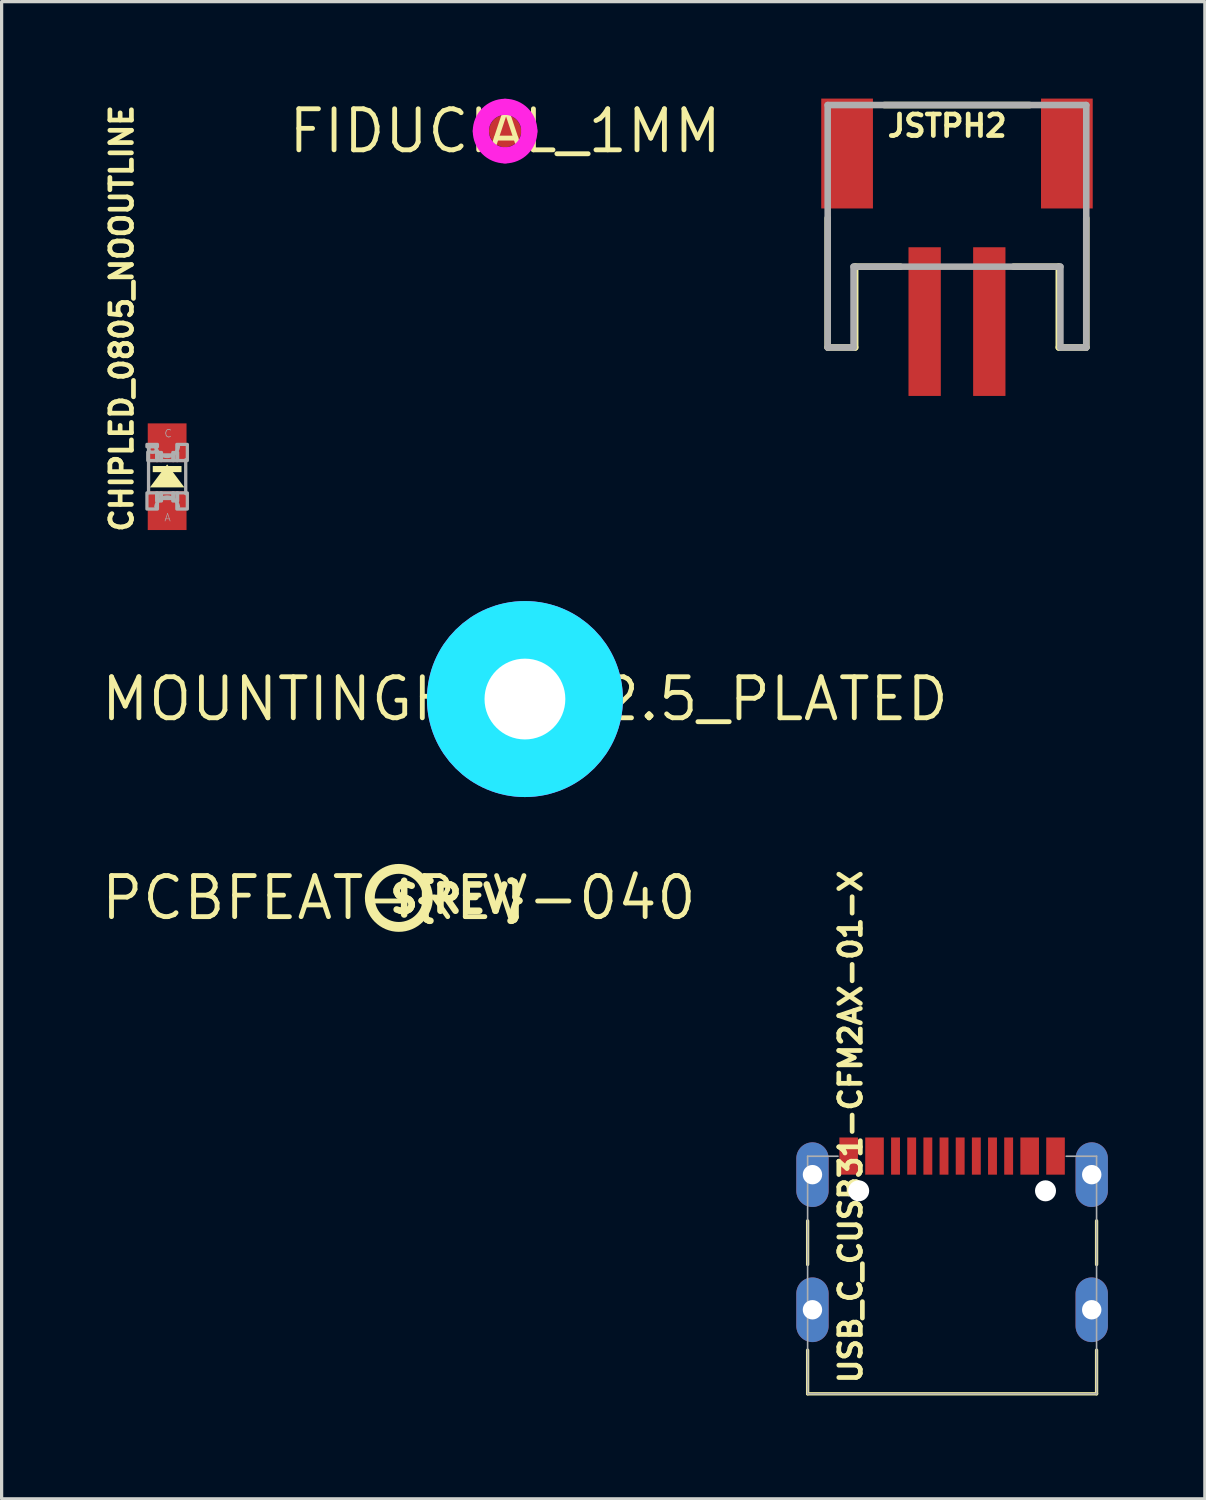
<source format=kicad_pcb>
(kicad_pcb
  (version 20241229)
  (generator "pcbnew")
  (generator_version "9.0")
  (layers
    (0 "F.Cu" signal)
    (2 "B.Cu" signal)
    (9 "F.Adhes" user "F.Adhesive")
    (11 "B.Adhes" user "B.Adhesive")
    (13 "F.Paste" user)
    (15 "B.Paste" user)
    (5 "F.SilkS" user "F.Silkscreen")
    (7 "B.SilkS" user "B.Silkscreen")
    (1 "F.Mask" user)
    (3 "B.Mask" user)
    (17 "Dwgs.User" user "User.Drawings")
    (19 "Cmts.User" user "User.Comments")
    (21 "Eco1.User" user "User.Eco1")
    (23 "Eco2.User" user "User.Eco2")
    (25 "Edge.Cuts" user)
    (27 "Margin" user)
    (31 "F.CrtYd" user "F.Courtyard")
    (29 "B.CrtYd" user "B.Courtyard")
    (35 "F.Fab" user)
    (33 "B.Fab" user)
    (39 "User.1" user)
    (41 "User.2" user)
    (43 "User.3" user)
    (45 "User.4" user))
  (footprint "PCBFEAT-REV-040"
    (layer "F.Cu")
    (at 9.29 24.73)
    (property "Reference" "PCBFEAT-REV-040" (at 0 0 0) (unlocked yes) (layer "F.SilkS") (effects (font (size 1.27 1.27) (thickness 0.15))))
    (fp_circle (center 0 0) (end 0.898 0) (stroke (width 0.305) (type solid)) (fill no) (layer "F.SilkS"))
    (fp_text user "${REV}" (at -0.356 0.508 0) (layer "F.SilkS") (effects (font (size 0.813 0.813) (thickness 0.203)) (justify left bottom))))
  (footprint "MOUNTINGHOLE_2.5_PLATED"
    (layer "F.Cu")
    (at 13.191 18.578)
    (property "Reference" "MOUNTINGHOLE_2.5_PLATED" (at 0 0 0) (unlocked yes) (layer "F.SilkS") (effects (font (size 1.27 1.27) (thickness 0.15))))
    (fp_circle (center 0 0) (end 2 0) (stroke (width 0.203) (type solid)) (fill no) (layer "F.SilkS"))
    (fp_circle (center 0 0) (end 1 0) (stroke (width 2.032) (type solid)) (fill no) (layer "B.CrtYd"))
    (fp_circle (center 0 0) (end 1 0) (stroke (width 2.032) (type solid)) (fill no) (layer "F.CrtYd"))
    (pad "P$1" thru_hole circle (at 0 0) (size 3.2 3.2) (drill 2.5) (layers "*.Cu" "*.Mask"))
    (zone (net_name "") (layer "F.Cu") (hatch edge 0.5) (connect_pads) (min_thickness 0.25) (filled_areas_thickness no) (keepout (tracks not_allowed) (vias not_allowed) (pads not_allowed) (copperpour not_allowed) (footprints allowed)) (placement (enabled no)) (fill) (polygon (pts (xy 15.207 18.578) (xy 15.187 18.298) (xy 15.129 18.023) (xy 15.033 17.758) (xy 14.901 17.51) (xy 14.735 17.283) (xy 14.54 17.08) (xy 14.318 16.907) (xy 14.075 16.766) (xy 13.814 16.661) (xy 13.541 16.593) (xy 13.261 16.564) (xy 12.98 16.573) (xy 12.703 16.622) (xy 12.436 16.709) (xy 12.183 16.833) (xy 11.95 16.99) (xy 11.741 17.178) (xy 11.56 17.393) (xy 11.411 17.632) (xy 11.297 17.889) (xy 11.219 18.159) (xy 11.18 18.438) (xy 11.18 18.719) (xy 11.219 18.998) (xy 11.297 19.268) (xy 11.411 19.525) (xy 11.56 19.763) (xy 11.741 19.979) (xy 11.95 20.167) (xy 12.183 20.324) (xy 12.436 20.448) (xy 12.703 20.535) (xy 12.98 20.583) (xy 13.261 20.593) (xy 13.541 20.564) (xy 13.814 20.496) (xy 14.075 20.39) (xy 14.318 20.25) (xy 14.54 20.077) (xy 14.735 19.874) (xy 14.901 19.647) (xy 15.033 19.398) (xy 15.129 19.134) (xy 15.187 18.859))) (polygon (pts (xy 13.175 18.578) (xy 13.18 18.59) (xy 13.191 18.594) (xy 13.202 18.59) (xy 13.207 18.578) (xy 13.202 18.567) (xy 13.191 18.562) (xy 13.18 18.567))))
    (zone (net_name "") (layer "B.Cu") (hatch edge 0.5) (connect_pads) (min_thickness 0.25) (filled_areas_thickness no) (keepout (tracks not_allowed) (vias not_allowed) (pads not_allowed) (copperpour not_allowed) (footprints allowed)) (placement (enabled no)) (fill) (polygon (pts (xy 15.207 18.578) (xy 15.187 18.298) (xy 15.129 18.023) (xy 15.033 17.758) (xy 14.901 17.51) (xy 14.735 17.283) (xy 14.54 17.08) (xy 14.318 16.907) (xy 14.075 16.766) (xy 13.814 16.661) (xy 13.541 16.593) (xy 13.261 16.564) (xy 12.98 16.573) (xy 12.703 16.622) (xy 12.436 16.709) (xy 12.183 16.833) (xy 11.95 16.99) (xy 11.741 17.178) (xy 11.56 17.393) (xy 11.411 17.632) (xy 11.297 17.889) (xy 11.219 18.159) (xy 11.18 18.438) (xy 11.18 18.719) (xy 11.219 18.998) (xy 11.297 19.268) (xy 11.411 19.525) (xy 11.56 19.763) (xy 11.741 19.979) (xy 11.95 20.167) (xy 12.183 20.324) (xy 12.436 20.448) (xy 12.703 20.535) (xy 12.98 20.583) (xy 13.261 20.593) (xy 13.541 20.564) (xy 13.814 20.496) (xy 14.075 20.39) (xy 14.318 20.25) (xy 14.54 20.077) (xy 14.735 19.874) (xy 14.901 19.647) (xy 15.033 19.398) (xy 15.129 19.134) (xy 15.187 18.859))) (polygon (pts (xy 13.175 18.578) (xy 13.18 18.59) (xy 13.191 18.594) (xy 13.202 18.59) (xy 13.207 18.578) (xy 13.202 18.567) (xy 13.191 18.562) (xy 13.18 18.567)))))
  (footprint "JSTPH2"
    (layer "F.Cu")
    (at 26.558 3.2)
    (property "Reference" "JSTPH2" (at -2.223 -1.968 0) (unlocked yes) (layer "F.SilkS") (effects (font (size 0.666 0.666) (thickness 0.146)) (justify left bottom)))
    (fp_line (start -4 4.5) (end -4 0.5) (stroke (width 0.203) (type solid)) (layer "F.SilkS"))
    (fp_line (start -3.15 2) (end -3.15 4.5) (stroke (width 0.203) (type solid)) (layer "F.SilkS"))
    (fp_line (start -3.15 4.5) (end -4 4.5) (stroke (width 0.203) (type solid)) (layer "F.SilkS"))
    (fp_line (start -2.25 -3) (end 2.25 -3) (stroke (width 0.203) (type solid)) (layer "F.SilkS"))
    (fp_line (start -1.75 2) (end -3.15 2) (stroke (width 0.203) (type solid)) (layer "F.SilkS"))
    (fp_line (start 3.15 2) (end 1.75 2) (stroke (width 0.203) (type solid)) (layer "F.SilkS"))
    (fp_line (start 3.15 4.5) (end 3.15 2) (stroke (width 0.203) (type solid)) (layer "F.SilkS"))
    (fp_line (start 4 0.5) (end 4 4.5) (stroke (width 0.203) (type solid)) (layer "F.SilkS"))
    (fp_line (start 4 4.5) (end 3.15 4.5) (stroke (width 0.203) (type solid)) (layer "F.SilkS"))
    (fp_line (start -4 -3) (end 4 -3) (stroke (width 0.203) (type solid)) (layer "F.Fab"))
    (fp_line (start -4 4.5) (end -4 -3) (stroke (width 0.203) (type solid)) (layer "F.Fab"))
    (fp_line (start -3.2 2) (end -3.2 4.5) (stroke (width 0.203) (type solid)) (layer "F.Fab"))
    (fp_line (start -3.2 4.5) (end -4 4.5) (stroke (width 0.203) (type solid)) (layer "F.Fab"))
    (fp_line (start 3.2 2) (end -3.2 2) (stroke (width 0.203) (type solid)) (layer "F.Fab"))
    (fp_line (start 3.2 4.5) (end 3.2 2) (stroke (width 0.203) (type solid)) (layer "F.Fab"))
    (fp_line (start 4 -3) (end 4 4.5) (stroke (width 0.203) (type solid)) (layer "F.Fab"))
    (fp_line (start 4 4.5) (end 3.2 4.5) (stroke (width 0.203) (type solid)) (layer "F.Fab"))
    (pad "1" smd rect (at -1 3.7) (size 1 4.6) (layers "F.Cu" "F.Mask" "F.Paste"))
    (pad "2" smd rect (at 1 3.7) (size 1 4.6) (layers "F.Cu" "F.Mask" "F.Paste"))
    (pad "NC1" smd rect (at -3.4 -1.5 90) (size 3.4 1.6) (layers "F.Cu" "F.Mask" "F.Paste"))
    (pad "NC2" smd rect (at 3.4 -1.5 90) (size 3.4 1.6) (layers "F.Cu" "F.Mask" "F.Paste")))
  (footprint "USB_C_CUSB31-CFM2AX-01-X"
    (layer "F.Cu")
    (at 26.407 40.073)
    (property "Reference" "USB_C_CUSB31-CFM2AX-01-X" (at -2.75 -0.25 90) (unlocked yes) (layer "F.SilkS") (effects (font (size 0.666 0.666) (thickness 0.146)) (justify left bottom)))
    (fp_line (start -4.47 -4) (end -4.47 -5.35) (stroke (width 0.102) (type solid)) (layer "F.SilkS"))
    (fp_line (start -4.47 0) (end -4.47 -1.35) (stroke (width 0.102) (type solid)) (layer "F.SilkS"))
    (fp_line (start 4.47 -5.35) (end 4.47 -4) (stroke (width 0.102) (type solid)) (layer "F.SilkS"))
    (fp_line (start 4.47 -1.35) (end 4.47 0) (stroke (width 0.102) (type solid)) (layer "F.SilkS"))
    (fp_line (start 4.47 0) (end -4.47 0) (stroke (width 0.102) (type solid)) (layer "F.SilkS"))
    (fp_poly (pts (xy -4.169 -7.749) (xy -4.034 -7.68) (xy -3.928 -7.573) (xy -3.835 -7.29) (xy -3.835 -6.274) (xy -3.859 -6.125) (xy -3.928 -5.99) (xy -4.034 -5.883) (xy -4.318 -5.791) (xy -4.449 -5.809) (xy -4.572 -5.859) (xy -4.677 -5.94) (xy -4.758 -6.045) (xy -4.826 -6.299) (xy -4.826 -7.264) (xy -4.809 -7.396) (xy -4.758 -7.518) (xy -4.677 -7.624) (xy -4.572 -7.704) (xy -4.318 -7.772)) (stroke (width 0) (type default)) (fill yes) (layer "F.Paste"))
    (fp_poly (pts (xy -4.156 -3.57) (xy -4.022 -3.502) (xy -3.915 -3.395) (xy -3.823 -3.111) (xy -3.823 -2.095) (xy -3.846 -1.946) (xy -3.915 -1.812) (xy -4.022 -1.705) (xy -4.305 -1.613) (xy -4.437 -1.63) (xy -4.559 -1.681) (xy -4.665 -1.762) (xy -4.745 -1.867) (xy -4.813 -2.121) (xy -4.813 -3.086) (xy -4.796 -3.218) (xy -4.745 -3.34) (xy -4.665 -3.445) (xy -4.559 -3.526) (xy -4.305 -3.594)) (stroke (width 0) (type default)) (fill yes) (layer "F.Paste"))
    (fp_poly (pts (xy 4.48 -7.761) (xy 4.614 -7.693) (xy 4.721 -7.586) (xy 4.813 -7.303) (xy 4.813 -6.287) (xy 4.79 -6.137) (xy 4.721 -6.003) (xy 4.614 -5.896) (xy 4.331 -5.804) (xy 4.199 -5.821) (xy 4.077 -5.872) (xy 3.971 -5.953) (xy 3.891 -6.058) (xy 3.823 -6.312) (xy 3.823 -7.277) (xy 3.84 -7.409) (xy 3.891 -7.531) (xy 3.971 -7.636) (xy 4.077 -7.717) (xy 4.331 -7.785)) (stroke (width 0) (type default)) (fill yes) (layer "F.Paste"))
    (fp_poly (pts (xy 4.48 -3.57) (xy 4.614 -3.502) (xy 4.721 -3.395) (xy 4.813 -3.111) (xy 4.813 -2.095) (xy 4.79 -1.946) (xy 4.721 -1.812) (xy 4.614 -1.705) (xy 4.331 -1.613) (xy 4.199 -1.63) (xy 4.077 -1.681) (xy 3.971 -1.762) (xy 3.891 -1.867) (xy 3.823 -2.121) (xy 3.823 -3.086) (xy 3.84 -3.218) (xy 3.891 -3.34) (xy 3.971 -3.445) (xy 4.077 -3.526) (xy 4.331 -3.594)) (stroke (width 0) (type default)) (fill yes) (layer "F.Paste"))
    (fp_line (start -4.47 -7.35) (end -3.53 -7.35) (stroke (width 0.05) (type solid)) (layer "F.Fab"))
    (fp_line (start -4.47 0) (end -4.47 -7.35) (stroke (width 0.05) (type solid)) (layer "F.Fab"))
    (fp_line (start 3.53 -7.35) (end 4.47 -7.35) (stroke (width 0.05) (type solid)) (layer "F.Fab"))
    (fp_line (start 4.47 -7.35) (end 4.47 0) (stroke (width 0.05) (type solid)) (layer "F.Fab"))
    (fp_line (start 4.47 0) (end -4.47 0) (stroke (width 0.05) (type solid)) (layer "F.Fab"))
    (pad "" np_thru_hole circle (at -2.89 -6.28) (size 0.65 0.65) (drill 0.65) (layers "*.Cu" "*.Mask"))
    (pad "" np_thru_hole circle (at 2.89 -6.28) (size 0.65 0.65) (drill 0.65) (layers "*.Cu" "*.Mask"))
    (pad "A1B12" smd rect (at -3.2 -7.355) (size 0.575 1.15) (layers "F.Cu" "F.Mask" "F.Paste"))
    (pad "A4B9" smd rect (at -2.4 -7.355) (size 0.575 1.15) (layers "F.Cu" "F.Mask" "F.Paste"))
    (pad "A5" smd rect (at -1.25 -7.355) (size 0.275 1.15) (layers "F.Cu" "F.Mask" "F.Paste"))
    (pad "A6" smd rect (at -0.25 -7.355) (size 0.275 1.15) (layers "F.Cu" "F.Mask" "F.Paste"))
    (pad "A7" smd rect (at 0.25 -7.355) (size 0.275 1.15) (layers "F.Cu" "F.Mask" "F.Paste"))
    (pad "A8" smd rect (at 1.25 -7.355) (size 0.275 1.15) (layers "F.Cu" "F.Mask" "F.Paste"))
    (pad "B1A12" smd rect (at 3.2 -7.355) (size 0.575 1.15) (layers "F.Cu" "F.Mask" "F.Paste"))
    (pad "B4A9" smd rect (at 2.4 -7.355) (size 0.575 1.15) (layers "F.Cu" "F.Mask" "F.Paste"))
    (pad "B5" smd rect (at 1.75 -7.355) (size 0.275 1.15) (layers "F.Cu" "F.Mask" "F.Paste"))
    (pad "B6" smd rect (at 0.75 -7.355) (size 0.275 1.15) (layers "F.Cu" "F.Mask" "F.Paste"))
    (pad "B7" smd rect (at -0.75 -7.355) (size 0.275 1.15) (layers "F.Cu" "F.Mask" "F.Paste"))
    (pad "B8" smd rect (at -1.75 -7.355) (size 0.275 1.15) (layers "F.Cu" "F.Mask" "F.Paste"))
    (pad "M1" thru_hole oval (at -4.32 -6.78 90) (size 2 1) (drill 0.6) (layers "*.Cu" "*.Mask"))
    (pad "M2" thru_hole oval (at 4.32 -6.78 90) (size 2 1) (drill 0.6) (layers "*.Cu" "*.Mask"))
    (pad "M3" thru_hole oval (at -4.32 -2.6 90) (size 2 1) (drill 0.6) (layers "*.Cu" "*.Mask"))
    (pad "M4" thru_hole oval (at 4.32 -2.6 90) (size 2 1) (drill 0.6) (layers "*.Cu" "*.Mask")))
  (footprint "CHIPLED_0805_NOOUTLINE"
    (layer "F.Cu")
    (at 2.121 11.699)
    (property "Reference" "CHIPLED_0805_NOOUTLINE" (at -1.016 1.778 90) (unlocked yes) (layer "F.SilkS") (effects (font (size 0.666 0.666) (thickness 0.146)) (justify left bottom)))
    (fp_poly (pts (xy 0.533 0.33) (xy -0.533 0.33) (xy 0 -0.381)) (stroke (width 0) (type default)) (fill yes) (layer "F.SilkS"))
    (fp_poly (pts (xy -0.445 -0.141) (xy 0.445 -0.141) (xy 0.445 -0.331) (xy -0.445 -0.331)) (stroke (width 0) (type default)) (fill yes) (layer "F.SilkS"))
    (fp_line (start -0.575 0.5) (end -0.575 -0.925) (stroke (width 0.102) (type solid)) (layer "F.Fab"))
    (fp_line (start 0.575 -0.525) (end 0.575 0.525) (stroke (width 0.102) (type solid)) (layer "F.Fab"))
    (fp_arc (start -0.35 0.925) (mid -0.000001 0.625027) (end 0.35 0.924998) (stroke (width 0.1016) (type solid)) (layer "F.Fab"))
    (fp_arc (start 0.35 -0.924998) (mid -0.000001 -0.625027) (end -0.35 -0.925) (stroke (width 0.1016) (type solid)) (layer "F.Fab"))
    (fp_circle (center -0.45 -0.85) (end -0.347 -0.85) (stroke (width 0.076) (type solid)) (fill no) (layer "F.Fab"))
    (fp_poly (pts (xy -0.625 -0.925) (xy -0.3 -0.925) (xy -0.3 -1) (xy -0.625 -1)) (stroke (width 0.1) (type default)) (fill no) (layer "F.Fab"))
    (fp_poly (pts (xy -0.625 1) (xy -0.3 1) (xy -0.3 0.5) (xy -0.625 0.5)) (stroke (width 0.1) (type default)) (fill no) (layer "F.Fab"))
    (fp_poly (pts (xy -0.6 -0.5) (xy -0.3 -0.5) (xy -0.3 -0.762) (xy -0.6 -0.762)) (stroke (width 0.1) (type default)) (fill no) (layer "F.Fab"))
    (fp_poly (pts (xy -0.325 -0.5) (xy -0.175 -0.5) (xy -0.175 -0.75) (xy -0.325 -0.75)) (stroke (width 0.1) (type default)) (fill no) (layer "F.Fab"))
    (fp_poly (pts (xy -0.325 0.75) (xy -0.175 0.75) (xy -0.175 0.5) (xy -0.325 0.5)) (stroke (width 0.1) (type default)) (fill no) (layer "F.Fab"))
    (fp_poly (pts (xy -0.2 -0.5) (xy 0.2 -0.5) (xy 0.2 -0.675) (xy -0.2 -0.675)) (stroke (width 0.1) (type default)) (fill no) (layer "F.Fab"))
    (fp_poly (pts (xy -0.2 0.675) (xy 0.2 0.675) (xy 0.2 0.5) (xy -0.2 0.5)) (stroke (width 0.1) (type default)) (fill no) (layer "F.Fab"))
    (fp_poly (pts (xy 0.175 -0.5) (xy 0.325 -0.5) (xy 0.325 -0.75) (xy 0.175 -0.75)) (stroke (width 0.1) (type default)) (fill no) (layer "F.Fab"))
    (fp_poly (pts (xy 0.175 0.75) (xy 0.325 0.75) (xy 0.325 0.5) (xy 0.175 0.5)) (stroke (width 0.1) (type default)) (fill no) (layer "F.Fab"))
    (fp_poly (pts (xy 0.3 -0.5) (xy 0.625 -0.5) (xy 0.625 -1) (xy 0.3 -1)) (stroke (width 0.1) (type default)) (fill no) (layer "F.Fab"))
    (fp_poly (pts (xy 0.3 1) (xy 0.625 1) (xy 0.625 0.5) (xy 0.3 0.5)) (stroke (width 0.1) (type default)) (fill no) (layer "F.Fab"))
    (fp_text user "A" (at -0.1 1.4 0) (layer "F.Fab") (effects (font (size 0.234 0.234) (thickness 0.02)) (justify left bottom)))
    (fp_text user "C" (at -0.1 -1.2 0) (layer "F.Fab") (effects (font (size 0.234 0.234) (thickness 0.02)) (justify left bottom)))
    (pad "A" smd rect (at 0 1.05) (size 1.2 1.2) (layers "F.Cu" "F.Mask" "F.Paste"))
    (pad "C" smd rect (at 0 -1.05) (size 1.2 1.2) (layers "F.Cu" "F.Mask" "F.Paste")))
  (footprint "FIDUCIAL_1MM"
    (layer "F.Cu")
    (at 12.577 1.006)
    (property "Reference" "FIDUCIAL_1MM" (at 0 0 0) (unlocked yes) (layer "F.SilkS") (effects (font (size 1.27 1.27) (thickness 0.15))))
    (fp_arc (start -0.75 0) (mid -0.53033 -0.53033) (end 0 -0.75) (stroke (width 0.5) (type solid)) (layer "F.Mask"))
    (fp_arc (start 0 -0.75) (mid 0.53033 -0.53033) (end 0.75 0) (stroke (width 0.5) (type solid)) (layer "F.Mask"))
    (fp_arc (start 0 0.75) (mid -0.53033 0.53033) (end -0.75 0) (stroke (width 0.5) (type solid)) (layer "F.Mask"))
    (fp_arc (start 0.75 0) (mid 0.53033 0.53033) (end 0 0.75) (stroke (width 0.5) (type solid)) (layer "F.Mask"))
    (fp_arc (start -0.75 0) (mid -0.53033 -0.53033) (end 0 -0.75) (stroke (width 0.5) (type solid)) (layer "F.CrtYd"))
    (fp_arc (start 0 -0.75) (mid 0.53033 -0.53033) (end 0.75 0) (stroke (width 0.5) (type solid)) (layer "F.CrtYd"))
    (fp_arc (start 0 0.75) (mid -0.53033 0.53033) (end -0.75 0) (stroke (width 0.5) (type solid)) (layer "F.CrtYd"))
    (fp_arc (start 0.75 0) (mid 0.53033 0.53033) (end 0 0.75) (stroke (width 0.5) (type solid)) (layer "F.CrtYd"))
    (pad "1" smd roundrect (at 0 0) (size 1 1) (layers "F.Cu" "F.Mask") (roundrect_rratio 0.5)))
  (gr_rect
    (start -3 -3)
    (end 34.227 43.323)
    (stroke (width 0.1) (type default))
    (fill no)
    (layer "Edge.Cuts")))
</source>
